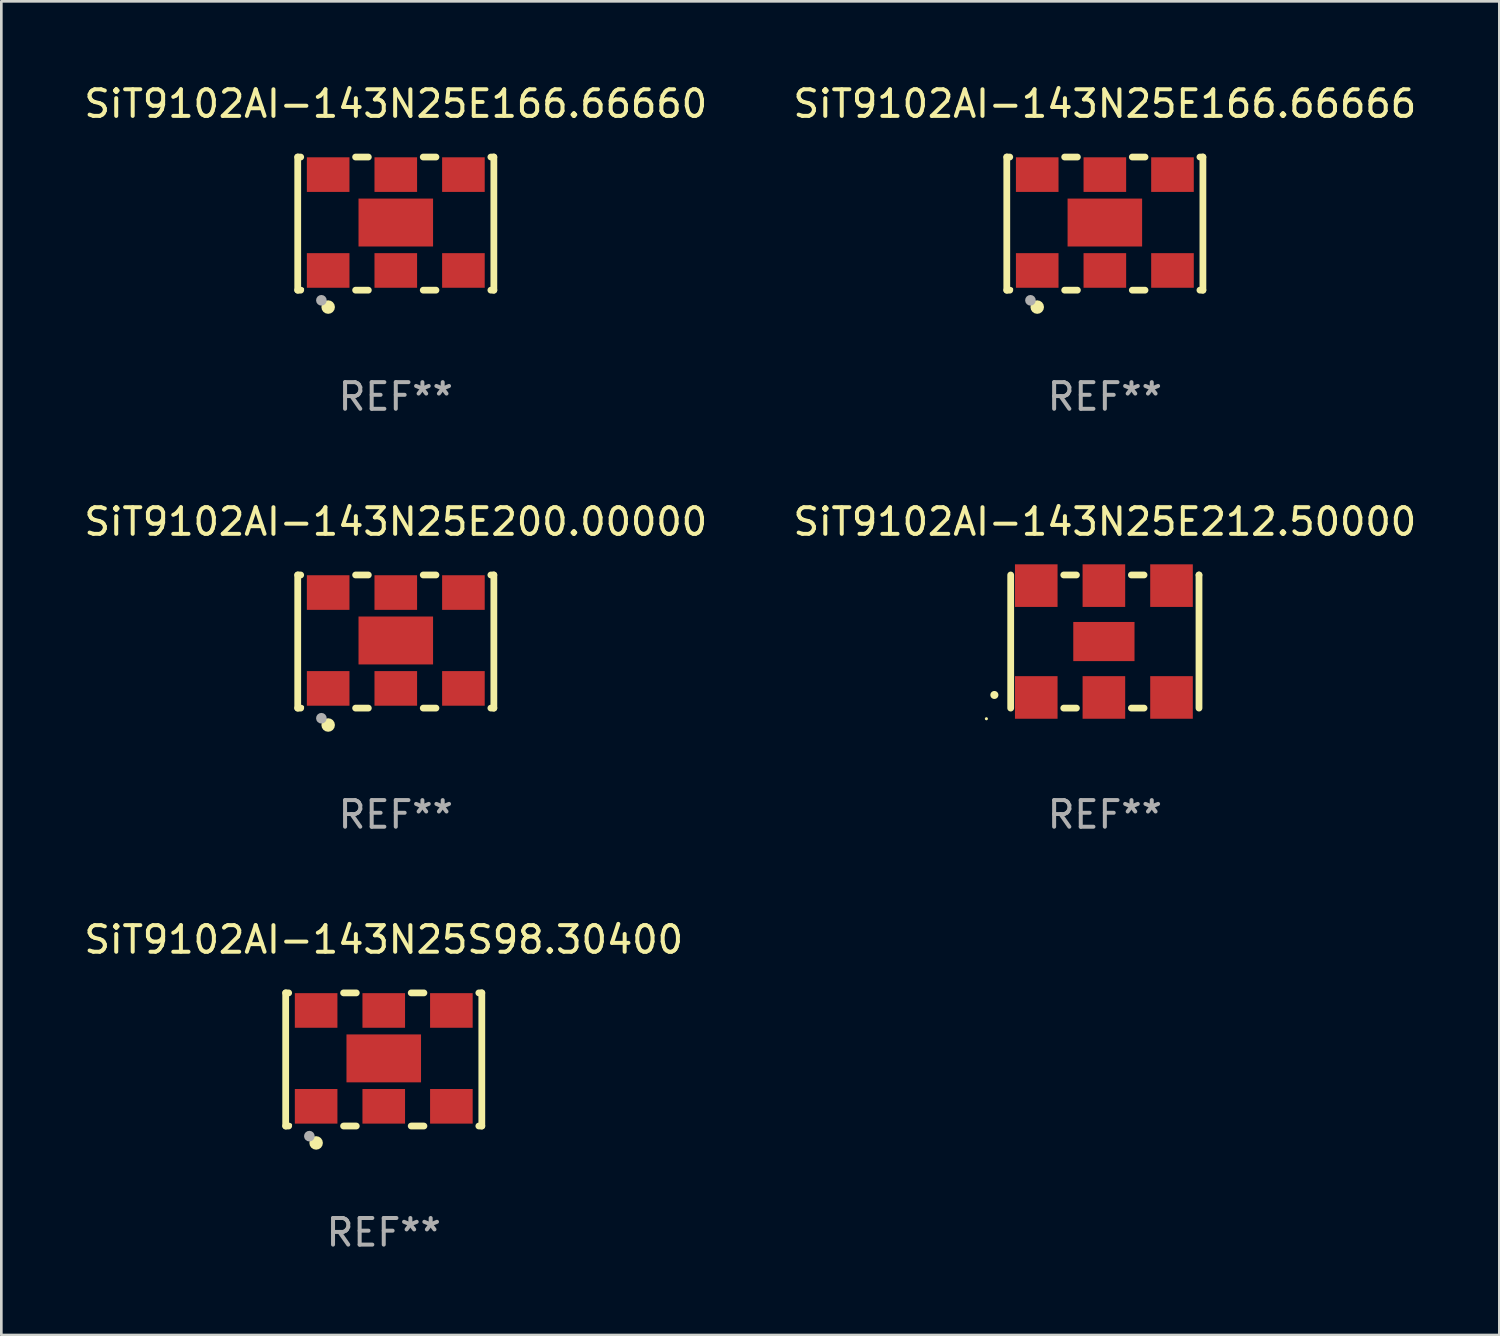
<source format=kicad_pcb>
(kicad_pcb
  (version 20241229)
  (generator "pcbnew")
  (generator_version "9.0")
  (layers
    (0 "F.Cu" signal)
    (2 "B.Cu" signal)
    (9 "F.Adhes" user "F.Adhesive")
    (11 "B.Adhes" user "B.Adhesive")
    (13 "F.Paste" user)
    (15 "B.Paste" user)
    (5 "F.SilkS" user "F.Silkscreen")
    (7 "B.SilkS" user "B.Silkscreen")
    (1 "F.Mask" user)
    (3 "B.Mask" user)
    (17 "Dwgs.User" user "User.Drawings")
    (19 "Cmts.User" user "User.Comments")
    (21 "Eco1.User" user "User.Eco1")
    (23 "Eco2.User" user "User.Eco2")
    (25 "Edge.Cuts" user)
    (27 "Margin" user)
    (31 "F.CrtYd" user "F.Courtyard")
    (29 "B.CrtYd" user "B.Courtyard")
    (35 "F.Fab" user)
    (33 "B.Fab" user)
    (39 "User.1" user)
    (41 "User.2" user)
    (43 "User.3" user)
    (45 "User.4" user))
  (footprint "SiT9102AI-143N25S98.30400"
    (layer "F.Cu")
    (at 11.363 36.741)
    (property "Reference" "SiT9102AI-143N25S98.30400" (at 0 -4.5 0) (layer "F.SilkS") (effects (font (size 1 1) (thickness 0.15))))
    (attr through_hole)
    (fp_line (start -3.683 -2.5) (end -3.571 -2.5) (stroke (width 0.254) (type solid)) (layer "F.SilkS"))
    (fp_line (start -3.683 2.5) (end -3.683 -2.5) (stroke (width 0.254) (type solid)) (layer "F.SilkS"))
    (fp_line (start -3.683 2.5) (end -3.571 2.5) (stroke (width 0.254) (type solid)) (layer "F.SilkS"))
    (fp_line (start -1.509 -2.5) (end -1.031 -2.5) (stroke (width 0.254) (type solid)) (layer "F.SilkS"))
    (fp_line (start -1.509 2.5) (end -1.031 2.5) (stroke (width 0.254) (type solid)) (layer "F.SilkS"))
    (fp_line (start 1.031 -2.5) (end 1.509 -2.5) (stroke (width 0.254) (type solid)) (layer "F.SilkS"))
    (fp_line (start 1.031 2.5) (end 1.509 2.5) (stroke (width 0.254) (type solid)) (layer "F.SilkS"))
    (fp_line (start 3.571 -2.5) (end 3.683 -2.5) (stroke (width 0.254) (type solid)) (layer "F.SilkS"))
    (fp_line (start 3.571 2.5) (end 3.683 2.5) (stroke (width 0.254) (type solid)) (layer "F.SilkS"))
    (fp_line (start 3.683 2.5) (end 3.683 -2.5) (stroke (width 0.254) (type solid)) (layer "F.SilkS"))
    (fp_circle (center -3.5 2.46) (end -3.47 2.46) (stroke (width 0.06) (type solid)) (fill no) (layer "F.SilkS"))
    (fp_circle (center -2.54 3.135) (end -2.413 3.135) (stroke (width 0.254) (type solid)) (fill no) (layer "F.SilkS"))
    (fp_circle (center -2.794 2.881) (end -2.694 2.881) (stroke (width 0.2) (type solid)) (fill no) (layer "F.Fab"))
    (fp_text user "REF**" (at 0 6.5 0) (layer "F.Fab") (effects (font (size 1 1) (thickness 0.15))))
    (pad "1" smd rect (at -2.54 1.76) (size 1.6 1.3) (layers "F.Cu" "F.Mask" "F.Paste"))
    (pad "2" smd rect (at 0 1.76) (size 1.6 1.3) (layers "F.Cu" "F.Mask" "F.Paste"))
    (pad "3" smd rect (at 2.54 1.76) (size 1.6 1.3) (layers "F.Cu" "F.Mask" "F.Paste"))
    (pad "4" smd rect (at 2.54 -1.84) (size 1.6 1.3) (layers "F.Cu" "F.Mask" "F.Paste"))
    (pad "5" smd rect (at 0 -1.84) (size 1.6 1.3) (layers "F.Cu" "F.Mask" "F.Paste"))
    (pad "6" smd rect (at -2.54 -1.84) (size 1.6 1.3) (layers "F.Cu" "F.Mask" "F.Paste"))
    (pad "7" smd rect (at 0 -0.04) (size 2.8 1.8) (layers "F.Cu" "F.Mask" "F.Paste")))
  (footprint "SiT9102AI-143N25E166.66666"
    (layer "F.Cu")
    (at 38.446 5.348)
    (property "Reference" "SiT9102AI-143N25E166.66666" (at 0 -4.5 0) (layer "F.SilkS") (effects (font (size 1 1) (thickness 0.15))))
    (attr through_hole)
    (fp_line (start -3.683 -2.5) (end -3.571 -2.5) (stroke (width 0.254) (type solid)) (layer "F.SilkS"))
    (fp_line (start -3.683 2.5) (end -3.683 -2.5) (stroke (width 0.254) (type solid)) (layer "F.SilkS"))
    (fp_line (start -3.683 2.5) (end -3.571 2.5) (stroke (width 0.254) (type solid)) (layer "F.SilkS"))
    (fp_line (start -1.509 -2.5) (end -1.031 -2.5) (stroke (width 0.254) (type solid)) (layer "F.SilkS"))
    (fp_line (start -1.509 2.5) (end -1.031 2.5) (stroke (width 0.254) (type solid)) (layer "F.SilkS"))
    (fp_line (start 1.031 -2.5) (end 1.509 -2.5) (stroke (width 0.254) (type solid)) (layer "F.SilkS"))
    (fp_line (start 1.031 2.5) (end 1.509 2.5) (stroke (width 0.254) (type solid)) (layer "F.SilkS"))
    (fp_line (start 3.571 -2.5) (end 3.683 -2.5) (stroke (width 0.254) (type solid)) (layer "F.SilkS"))
    (fp_line (start 3.571 2.5) (end 3.683 2.5) (stroke (width 0.254) (type solid)) (layer "F.SilkS"))
    (fp_line (start 3.683 2.5) (end 3.683 -2.5) (stroke (width 0.254) (type solid)) (layer "F.SilkS"))
    (fp_circle (center -3.5 2.46) (end -3.47 2.46) (stroke (width 0.06) (type solid)) (fill no) (layer "F.SilkS"))
    (fp_circle (center -2.54 3.135) (end -2.413 3.135) (stroke (width 0.254) (type solid)) (fill no) (layer "F.SilkS"))
    (fp_circle (center -2.794 2.881) (end -2.694 2.881) (stroke (width 0.2) (type solid)) (fill no) (layer "F.Fab"))
    (fp_text user "REF**" (at 0 6.5 0) (layer "F.Fab") (effects (font (size 1 1) (thickness 0.15))))
    (pad "1" smd rect (at -2.54 1.76) (size 1.6 1.3) (layers "F.Cu" "F.Mask" "F.Paste"))
    (pad "2" smd rect (at 0 1.76) (size 1.6 1.3) (layers "F.Cu" "F.Mask" "F.Paste"))
    (pad "3" smd rect (at 2.54 1.76) (size 1.6 1.3) (layers "F.Cu" "F.Mask" "F.Paste"))
    (pad "4" smd rect (at 2.54 -1.84) (size 1.6 1.3) (layers "F.Cu" "F.Mask" "F.Paste"))
    (pad "5" smd rect (at 0 -1.84) (size 1.6 1.3) (layers "F.Cu" "F.Mask" "F.Paste"))
    (pad "6" smd rect (at -2.54 -1.84) (size 1.6 1.3) (layers "F.Cu" "F.Mask" "F.Paste"))
    (pad "7" smd rect (at 0 -0.04) (size 2.8 1.8) (layers "F.Cu" "F.Mask" "F.Paste")))
  (footprint "SiT9102AI-143N25E166.66660"
    (layer "F.Cu")
    (at 11.815 5.348)
    (property "Reference" "SiT9102AI-143N25E166.66660" (at 0 -4.5 0) (layer "F.SilkS") (effects (font (size 1 1) (thickness 0.15))))
    (attr through_hole)
    (fp_line (start -3.683 -2.5) (end -3.571 -2.5) (stroke (width 0.254) (type solid)) (layer "F.SilkS"))
    (fp_line (start -3.683 2.5) (end -3.683 -2.5) (stroke (width 0.254) (type solid)) (layer "F.SilkS"))
    (fp_line (start -3.683 2.5) (end -3.571 2.5) (stroke (width 0.254) (type solid)) (layer "F.SilkS"))
    (fp_line (start -1.509 -2.5) (end -1.031 -2.5) (stroke (width 0.254) (type solid)) (layer "F.SilkS"))
    (fp_line (start -1.509 2.5) (end -1.031 2.5) (stroke (width 0.254) (type solid)) (layer "F.SilkS"))
    (fp_line (start 1.031 -2.5) (end 1.509 -2.5) (stroke (width 0.254) (type solid)) (layer "F.SilkS"))
    (fp_line (start 1.031 2.5) (end 1.509 2.5) (stroke (width 0.254) (type solid)) (layer "F.SilkS"))
    (fp_line (start 3.571 -2.5) (end 3.683 -2.5) (stroke (width 0.254) (type solid)) (layer "F.SilkS"))
    (fp_line (start 3.571 2.5) (end 3.683 2.5) (stroke (width 0.254) (type solid)) (layer "F.SilkS"))
    (fp_line (start 3.683 2.5) (end 3.683 -2.5) (stroke (width 0.254) (type solid)) (layer "F.SilkS"))
    (fp_circle (center -3.5 2.46) (end -3.47 2.46) (stroke (width 0.06) (type solid)) (fill no) (layer "F.SilkS"))
    (fp_circle (center -2.54 3.135) (end -2.413 3.135) (stroke (width 0.254) (type solid)) (fill no) (layer "F.SilkS"))
    (fp_circle (center -2.794 2.881) (end -2.694 2.881) (stroke (width 0.2) (type solid)) (fill no) (layer "F.Fab"))
    (fp_text user "REF**" (at 0 6.5 0) (layer "F.Fab") (effects (font (size 1 1) (thickness 0.15))))
    (pad "1" smd rect (at -2.54 1.76) (size 1.6 1.3) (layers "F.Cu" "F.Mask" "F.Paste"))
    (pad "2" smd rect (at 0 1.76) (size 1.6 1.3) (layers "F.Cu" "F.Mask" "F.Paste"))
    (pad "3" smd rect (at 2.54 1.76) (size 1.6 1.3) (layers "F.Cu" "F.Mask" "F.Paste"))
    (pad "4" smd rect (at 2.54 -1.84) (size 1.6 1.3) (layers "F.Cu" "F.Mask" "F.Paste"))
    (pad "5" smd rect (at 0 -1.84) (size 1.6 1.3) (layers "F.Cu" "F.Mask" "F.Paste"))
    (pad "6" smd rect (at -2.54 -1.84) (size 1.6 1.3) (layers "F.Cu" "F.Mask" "F.Paste"))
    (pad "7" smd rect (at 0 -0.04) (size 2.8 1.8) (layers "F.Cu" "F.Mask" "F.Paste")))
  (footprint "SiT9102AI-143N25E212.50000"
    (layer "F.Cu")
    (at 38.446 21.045)
    (property "Reference" "SiT9102AI-143N25E212.50000" (at 0 -4.5 0) (layer "F.SilkS") (effects (font (size 1 1) (thickness 0.15))))
    (attr through_hole)
    (fp_line (start -3.536 -2.5) (end -3.536 2.5) (stroke (width 0.254) (type solid)) (layer "F.SilkS"))
    (fp_line (start -1.544 2.5) (end -1.067 2.5) (stroke (width 0.254) (type solid)) (layer "F.SilkS"))
    (fp_line (start -1.067 -2.5) (end -1.544 -2.5) (stroke (width 0.254) (type solid)) (layer "F.SilkS"))
    (fp_line (start 0.996 2.5) (end 1.473 2.5) (stroke (width 0.254) (type solid)) (layer "F.SilkS"))
    (fp_line (start 1.473 -2.5) (end 0.996 -2.5) (stroke (width 0.254) (type solid)) (layer "F.SilkS"))
    (fp_line (start 3.536 -2.5) (end 3.536 -2.5) (stroke (width 0.254) (type solid)) (layer "F.SilkS"))
    (fp_line (start 3.536 2.5) (end 3.536 -2.5) (stroke (width 0.254) (type solid)) (layer "F.SilkS"))
    (fp_arc (start -4.150432 2.006604) (mid -4.149162 2.006599) (end -4.147892 2.006604) (stroke (width 0.3) (type solid)) (layer "F.SilkS"))
    (fp_circle (center -4.449 2.9) (end -4.419 2.9) (stroke (width 0.06) (type solid)) (fill no) (layer "F.SilkS"))
    (fp_text user "REF**" (at 0 6.5 0) (layer "F.Fab") (effects (font (size 1 1) (thickness 0.15))))
    (pad "1" smd rect (at -2.576 2.1) (size 1.6 1.6) (layers "F.Cu" "F.Mask" "F.Paste"))
    (pad "2" smd rect (at -0.036 2.1) (size 1.6 1.6) (layers "F.Cu" "F.Mask" "F.Paste"))
    (pad "3" smd rect (at 2.504 2.1) (size 1.6 1.6) (layers "F.Cu" "F.Mask" "F.Paste"))
    (pad "4" smd rect (at 2.504 -2.1) (size 1.6 1.6) (layers "F.Cu" "F.Mask" "F.Paste"))
    (pad "5" smd rect (at -0.036 -2.1) (size 1.6 1.6) (layers "F.Cu" "F.Mask" "F.Paste"))
    (pad "6" smd rect (at -2.576 -2.1) (size 1.6 1.6) (layers "F.Cu" "F.Mask" "F.Paste"))
    (pad "7" smd rect (at -0.036 0) (size 2.3 1.47) (layers "F.Cu" "F.Mask" "F.Paste")))
  (footprint "SiT9102AI-143N25E200.00000"
    (layer "F.Cu")
    (at 11.815 21.045)
    (property "Reference" "SiT9102AI-143N25E200.00000" (at 0 -4.5 0) (layer "F.SilkS") (effects (font (size 1 1) (thickness 0.15))))
    (attr through_hole)
    (fp_line (start -3.683 -2.5) (end -3.571 -2.5) (stroke (width 0.254) (type solid)) (layer "F.SilkS"))
    (fp_line (start -3.683 2.5) (end -3.683 -2.5) (stroke (width 0.254) (type solid)) (layer "F.SilkS"))
    (fp_line (start -3.683 2.5) (end -3.571 2.5) (stroke (width 0.254) (type solid)) (layer "F.SilkS"))
    (fp_line (start -1.509 -2.5) (end -1.031 -2.5) (stroke (width 0.254) (type solid)) (layer "F.SilkS"))
    (fp_line (start -1.509 2.5) (end -1.031 2.5) (stroke (width 0.254) (type solid)) (layer "F.SilkS"))
    (fp_line (start 1.031 -2.5) (end 1.509 -2.5) (stroke (width 0.254) (type solid)) (layer "F.SilkS"))
    (fp_line (start 1.031 2.5) (end 1.509 2.5) (stroke (width 0.254) (type solid)) (layer "F.SilkS"))
    (fp_line (start 3.571 -2.5) (end 3.683 -2.5) (stroke (width 0.254) (type solid)) (layer "F.SilkS"))
    (fp_line (start 3.571 2.5) (end 3.683 2.5) (stroke (width 0.254) (type solid)) (layer "F.SilkS"))
    (fp_line (start 3.683 2.5) (end 3.683 -2.5) (stroke (width 0.254) (type solid)) (layer "F.SilkS"))
    (fp_circle (center -3.5 2.46) (end -3.47 2.46) (stroke (width 0.06) (type solid)) (fill no) (layer "F.SilkS"))
    (fp_circle (center -2.54 3.135) (end -2.413 3.135) (stroke (width 0.254) (type solid)) (fill no) (layer "F.SilkS"))
    (fp_circle (center -2.794 2.881) (end -2.694 2.881) (stroke (width 0.2) (type solid)) (fill no) (layer "F.Fab"))
    (fp_text user "REF**" (at 0 6.5 0) (layer "F.Fab") (effects (font (size 1 1) (thickness 0.15))))
    (pad "1" smd rect (at -2.54 1.76) (size 1.6 1.3) (layers "F.Cu" "F.Mask" "F.Paste"))
    (pad "2" smd rect (at 0 1.76) (size 1.6 1.3) (layers "F.Cu" "F.Mask" "F.Paste"))
    (pad "3" smd rect (at 2.54 1.76) (size 1.6 1.3) (layers "F.Cu" "F.Mask" "F.Paste"))
    (pad "4" smd rect (at 2.54 -1.84) (size 1.6 1.3) (layers "F.Cu" "F.Mask" "F.Paste"))
    (pad "5" smd rect (at 0 -1.84) (size 1.6 1.3) (layers "F.Cu" "F.Mask" "F.Paste"))
    (pad "6" smd rect (at -2.54 -1.84) (size 1.6 1.3) (layers "F.Cu" "F.Mask" "F.Paste"))
    (pad "7" smd rect (at 0 -0.04) (size 2.8 1.8) (layers "F.Cu" "F.Mask" "F.Paste")))
  (gr_rect
    (start -3 -3)
    (end 53.262 47.09)
    (stroke (width 0.1) (type default))
    (fill no)
    (layer "Edge.Cuts")))
</source>
